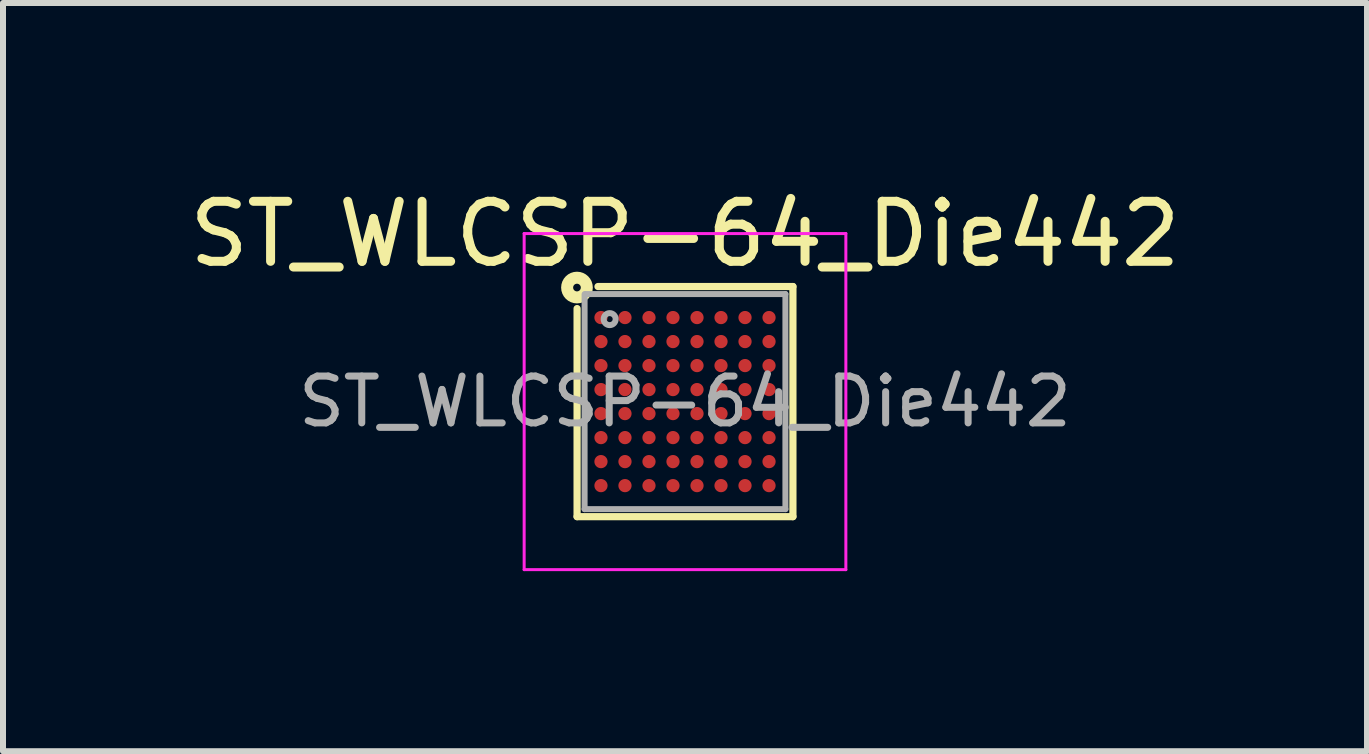
<source format=kicad_pcb>
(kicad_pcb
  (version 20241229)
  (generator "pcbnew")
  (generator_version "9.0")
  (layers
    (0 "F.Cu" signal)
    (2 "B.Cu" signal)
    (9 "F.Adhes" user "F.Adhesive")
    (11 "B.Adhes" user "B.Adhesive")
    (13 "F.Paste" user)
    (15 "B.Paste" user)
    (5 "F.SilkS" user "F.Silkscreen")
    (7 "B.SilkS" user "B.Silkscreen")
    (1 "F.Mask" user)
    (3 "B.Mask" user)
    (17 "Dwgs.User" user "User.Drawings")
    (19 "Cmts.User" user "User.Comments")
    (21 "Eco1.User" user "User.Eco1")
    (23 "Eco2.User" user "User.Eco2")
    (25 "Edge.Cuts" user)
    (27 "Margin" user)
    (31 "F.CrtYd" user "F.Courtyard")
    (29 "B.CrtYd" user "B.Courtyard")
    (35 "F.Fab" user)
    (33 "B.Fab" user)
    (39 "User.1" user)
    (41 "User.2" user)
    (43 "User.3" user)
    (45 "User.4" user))
  (footprint "ST_WLCSP-64_Die442"
    (layer "F.Cu")
    (at 8.363 3.641)
    (property "Reference" "ST_WLCSP-64_Die442" (at 0 -2.792 0) (layer "F.SilkS") (effects (font (size 1 1) (thickness 0.15))))
    (attr smd)
    (fp_line (start -1.798 1.917) (end -1.798 -1.55) (stroke (width 0.12) (type solid)) (layer "F.SilkS"))
    (fp_line (start -1.45 -1.917) (end 1.798 -1.917) (stroke (width 0.12) (type solid)) (layer "F.SilkS"))
    (fp_line (start 1.798 -1.917) (end 1.798 1.917) (stroke (width 0.12) (type solid)) (layer "F.SilkS"))
    (fp_line (start 1.798 1.917) (end -1.798 1.917) (stroke (width 0.12) (type solid)) (layer "F.SilkS"))
    (fp_circle (center -1.8 -1.9) (end -1.736 -1.9) (stroke (width 0.2) (type solid)) (fill no) (layer "F.SilkS"))
    (fp_line (start -2.68 -2.8) (end -2.68 2.8) (stroke (width 0.05) (type solid)) (layer "F.CrtYd"))
    (fp_line (start -2.68 2.8) (end 2.68 2.8) (stroke (width 0.05) (type solid)) (layer "F.CrtYd"))
    (fp_line (start 2.68 -2.8) (end -2.68 -2.8) (stroke (width 0.05) (type solid)) (layer "F.CrtYd"))
    (fp_line (start 2.68 2.8) (end 2.68 -2.8) (stroke (width 0.05) (type solid)) (layer "F.CrtYd"))
    (fp_line (start -1.673 1.792) (end -1.673 -1.79) (stroke (width 0.1) (type solid)) (layer "F.Fab"))
    (fp_line (start -1.66 -1.792) (end 1.673 -1.792) (stroke (width 0.1) (type solid)) (layer "F.Fab"))
    (fp_line (start 1.673 -1.792) (end 1.673 1.792) (stroke (width 0.1) (type solid)) (layer "F.Fab"))
    (fp_line (start 1.673 1.792) (end -1.673 1.792) (stroke (width 0.1) (type solid)) (layer "F.Fab"))
    (fp_circle (center -1.255 -1.374) (end -1.155 -1.374) (stroke (width 0.1) (type solid)) (fill no) (layer "F.Fab"))
    (fp_text user "${REFERENCE}" (at 0 0 0) (layer "F.Fab") (effects (font (size 0.78 0.78) (thickness 0.117))))
    (pad "A1" smd circle (at -1.4 -1.4) (size 0.22 0.22) (layers "F.Cu" "F.Mask" "F.Paste"))
    (pad "A2" smd circle (at -1 -1.4) (size 0.22 0.22) (layers "F.Cu" "F.Mask" "F.Paste"))
    (pad "A3" smd circle (at -0.6 -1.4) (size 0.22 0.22) (layers "F.Cu" "F.Mask" "F.Paste"))
    (pad "A4" smd circle (at -0.2 -1.4) (size 0.22 0.22) (layers "F.Cu" "F.Mask" "F.Paste"))
    (pad "A5" smd circle (at 0.2 -1.4) (size 0.22 0.22) (layers "F.Cu" "F.Mask" "F.Paste"))
    (pad "A6" smd circle (at 0.6 -1.4) (size 0.22 0.22) (layers "F.Cu" "F.Mask" "F.Paste"))
    (pad "A7" smd circle (at 1 -1.4) (size 0.22 0.22) (layers "F.Cu" "F.Mask" "F.Paste"))
    (pad "A8" smd circle (at 1.4 -1.4) (size 0.22 0.22) (layers "F.Cu" "F.Mask" "F.Paste"))
    (pad "B1" smd circle (at -1.4 -1) (size 0.22 0.22) (layers "F.Cu" "F.Mask" "F.Paste"))
    (pad "B2" smd circle (at -1 -1) (size 0.22 0.22) (layers "F.Cu" "F.Mask" "F.Paste"))
    (pad "B3" smd circle (at -0.6 -1) (size 0.22 0.22) (layers "F.Cu" "F.Mask" "F.Paste"))
    (pad "B4" smd circle (at -0.2 -1) (size 0.22 0.22) (layers "F.Cu" "F.Mask" "F.Paste"))
    (pad "B5" smd circle (at 0.2 -1) (size 0.22 0.22) (layers "F.Cu" "F.Mask" "F.Paste"))
    (pad "B6" smd circle (at 0.6 -1) (size 0.22 0.22) (layers "F.Cu" "F.Mask" "F.Paste"))
    (pad "B7" smd circle (at 1 -1) (size 0.22 0.22) (layers "F.Cu" "F.Mask" "F.Paste"))
    (pad "B8" smd circle (at 1.4 -1) (size 0.22 0.22) (layers "F.Cu" "F.Mask" "F.Paste"))
    (pad "C1" smd circle (at -1.4 -0.6) (size 0.22 0.22) (layers "F.Cu" "F.Mask" "F.Paste"))
    (pad "C2" smd circle (at -1 -0.6) (size 0.22 0.22) (layers "F.Cu" "F.Mask" "F.Paste"))
    (pad "C3" smd circle (at -0.6 -0.6) (size 0.22 0.22) (layers "F.Cu" "F.Mask" "F.Paste"))
    (pad "C4" smd circle (at -0.2 -0.6) (size 0.22 0.22) (layers "F.Cu" "F.Mask" "F.Paste"))
    (pad "C5" smd circle (at 0.2 -0.6) (size 0.22 0.22) (layers "F.Cu" "F.Mask" "F.Paste"))
    (pad "C6" smd circle (at 0.6 -0.6) (size 0.22 0.22) (layers "F.Cu" "F.Mask" "F.Paste"))
    (pad "C7" smd circle (at 1 -0.6) (size 0.22 0.22) (layers "F.Cu" "F.Mask" "F.Paste"))
    (pad "C8" smd circle (at 1.4 -0.6) (size 0.22 0.22) (layers "F.Cu" "F.Mask" "F.Paste"))
    (pad "D1" smd circle (at -1.4 -0.2) (size 0.22 0.22) (layers "F.Cu" "F.Mask" "F.Paste"))
    (pad "D2" smd circle (at -1 -0.2) (size 0.22 0.22) (layers "F.Cu" "F.Mask" "F.Paste"))
    (pad "D3" smd circle (at -0.6 -0.2) (size 0.22 0.22) (layers "F.Cu" "F.Mask" "F.Paste"))
    (pad "D4" smd circle (at -0.2 -0.2) (size 0.22 0.22) (layers "F.Cu" "F.Mask" "F.Paste"))
    (pad "D5" smd circle (at 0.2 -0.2) (size 0.22 0.22) (layers "F.Cu" "F.Mask" "F.Paste"))
    (pad "D6" smd circle (at 0.6 -0.2) (size 0.22 0.22) (layers "F.Cu" "F.Mask" "F.Paste"))
    (pad "D7" smd circle (at 1 -0.2) (size 0.22 0.22) (layers "F.Cu" "F.Mask" "F.Paste"))
    (pad "D8" smd circle (at 1.4 -0.2) (size 0.22 0.22) (layers "F.Cu" "F.Mask" "F.Paste"))
    (pad "E1" smd circle (at -1.4 0.2) (size 0.22 0.22) (layers "F.Cu" "F.Mask" "F.Paste"))
    (pad "E2" smd circle (at -1 0.2) (size 0.22 0.22) (layers "F.Cu" "F.Mask" "F.Paste"))
    (pad "E3" smd circle (at -0.6 0.2) (size 0.22 0.22) (layers "F.Cu" "F.Mask" "F.Paste"))
    (pad "E4" smd circle (at -0.2 0.2) (size 0.22 0.22) (layers "F.Cu" "F.Mask" "F.Paste"))
    (pad "E5" smd circle (at 0.2 0.2) (size 0.22 0.22) (layers "F.Cu" "F.Mask" "F.Paste"))
    (pad "E6" smd circle (at 0.6 0.2) (size 0.22 0.22) (layers "F.Cu" "F.Mask" "F.Paste"))
    (pad "E7" smd circle (at 1 0.2) (size 0.22 0.22) (layers "F.Cu" "F.Mask" "F.Paste"))
    (pad "E8" smd circle (at 1.4 0.2) (size 0.22 0.22) (layers "F.Cu" "F.Mask" "F.Paste"))
    (pad "F1" smd circle (at -1.4 0.6) (size 0.22 0.22) (layers "F.Cu" "F.Mask" "F.Paste"))
    (pad "F2" smd circle (at -1 0.6) (size 0.22 0.22) (layers "F.Cu" "F.Mask" "F.Paste"))
    (pad "F3" smd circle (at -0.6 0.6) (size 0.22 0.22) (layers "F.Cu" "F.Mask" "F.Paste"))
    (pad "F4" smd circle (at -0.2 0.6) (size 0.22 0.22) (layers "F.Cu" "F.Mask" "F.Paste"))
    (pad "F5" smd circle (at 0.2 0.6) (size 0.22 0.22) (layers "F.Cu" "F.Mask" "F.Paste"))
    (pad "F6" smd circle (at 0.6 0.6) (size 0.22 0.22) (layers "F.Cu" "F.Mask" "F.Paste"))
    (pad "F7" smd circle (at 1 0.6) (size 0.22 0.22) (layers "F.Cu" "F.Mask" "F.Paste"))
    (pad "F8" smd circle (at 1.4 0.6) (size 0.22 0.22) (layers "F.Cu" "F.Mask" "F.Paste"))
    (pad "G1" smd circle (at -1.4 1) (size 0.22 0.22) (layers "F.Cu" "F.Mask" "F.Paste"))
    (pad "G2" smd circle (at -1 1) (size 0.22 0.22) (layers "F.Cu" "F.Mask" "F.Paste"))
    (pad "G3" smd circle (at -0.6 1) (size 0.22 0.22) (layers "F.Cu" "F.Mask" "F.Paste"))
    (pad "G4" smd circle (at -0.2 1) (size 0.22 0.22) (layers "F.Cu" "F.Mask" "F.Paste"))
    (pad "G5" smd circle (at 0.2 1) (size 0.22 0.22) (layers "F.Cu" "F.Mask" "F.Paste"))
    (pad "G6" smd circle (at 0.6 1) (size 0.22 0.22) (layers "F.Cu" "F.Mask" "F.Paste"))
    (pad "G7" smd circle (at 1 1) (size 0.22 0.22) (layers "F.Cu" "F.Mask" "F.Paste"))
    (pad "G8" smd circle (at 1.4 1) (size 0.22 0.22) (layers "F.Cu" "F.Mask" "F.Paste"))
    (pad "H1" smd circle (at -1.4 1.4) (size 0.22 0.22) (layers "F.Cu" "F.Mask" "F.Paste"))
    (pad "H2" smd circle (at -1 1.4) (size 0.22 0.22) (layers "F.Cu" "F.Mask" "F.Paste"))
    (pad "H3" smd circle (at -0.6 1.4) (size 0.22 0.22) (layers "F.Cu" "F.Mask" "F.Paste"))
    (pad "H4" smd circle (at -0.2 1.4) (size 0.22 0.22) (layers "F.Cu" "F.Mask" "F.Paste"))
    (pad "H5" smd circle (at 0.2 1.4) (size 0.22 0.22) (layers "F.Cu" "F.Mask" "F.Paste"))
    (pad "H6" smd circle (at 0.6 1.4) (size 0.22 0.22) (layers "F.Cu" "F.Mask" "F.Paste"))
    (pad "H7" smd circle (at 1 1.4) (size 0.22 0.22) (layers "F.Cu" "F.Mask" "F.Paste"))
    (pad "H8" smd circle (at 1.4 1.4) (size 0.22 0.22) (layers "F.Cu" "F.Mask" "F.Paste")))
  (gr_rect
    (start -3 -3)
    (end 19.726 9.466)
    (stroke (width 0.1) (type default))
    (fill no)
    (layer "Edge.Cuts")))
</source>
